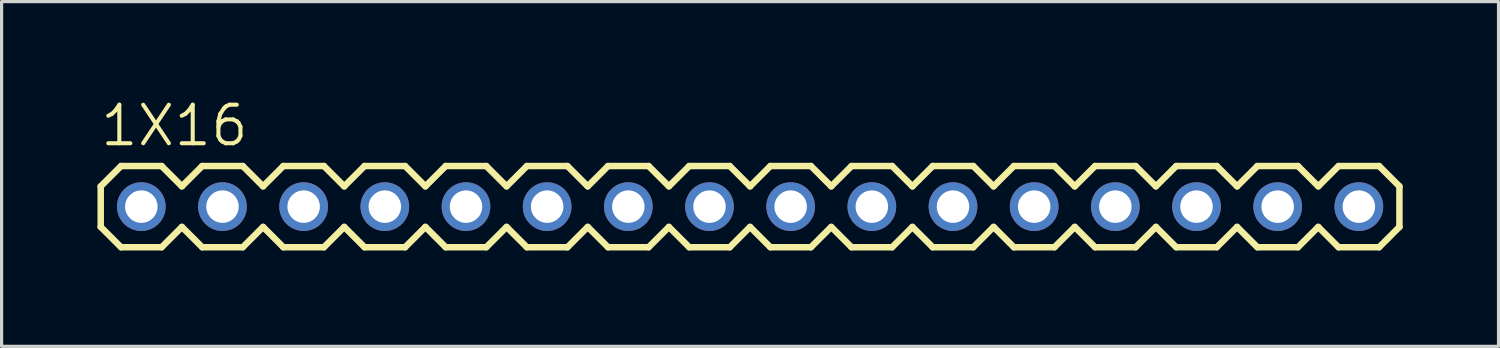
<source format=kicad_pcb>
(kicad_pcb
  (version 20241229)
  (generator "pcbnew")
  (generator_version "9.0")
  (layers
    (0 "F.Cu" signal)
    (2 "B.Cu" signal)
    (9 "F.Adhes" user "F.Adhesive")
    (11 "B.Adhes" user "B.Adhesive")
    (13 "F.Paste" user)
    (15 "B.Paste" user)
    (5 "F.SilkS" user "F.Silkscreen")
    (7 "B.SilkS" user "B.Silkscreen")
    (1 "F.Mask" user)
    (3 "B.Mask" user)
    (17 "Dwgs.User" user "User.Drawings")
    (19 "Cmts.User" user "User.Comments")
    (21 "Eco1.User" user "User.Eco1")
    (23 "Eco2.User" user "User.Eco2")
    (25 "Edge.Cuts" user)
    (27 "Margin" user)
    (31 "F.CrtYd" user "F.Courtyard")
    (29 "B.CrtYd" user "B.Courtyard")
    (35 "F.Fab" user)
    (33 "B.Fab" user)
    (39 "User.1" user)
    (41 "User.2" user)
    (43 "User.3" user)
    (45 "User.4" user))
  (footprint "1X16"
    (layer "F.Cu")
    (at 1.372 3.416)
    (property "Reference" "1X16" (at -1.346 -1.829 0) (layer "F.SilkS") (effects (font (size 1.206 1.206) (thickness 0.127)) (justify left bottom)))
    (attr through_hole)
    (fp_line (start -1.27 -0.635) (end -1.27 0.635) (stroke (width 0.203) (type solid)) (layer "F.SilkS"))
    (fp_line (start -1.27 0.635) (end -0.635 1.27) (stroke (width 0.203) (type solid)) (layer "F.SilkS"))
    (fp_line (start -0.635 -1.27) (end -1.27 -0.635) (stroke (width 0.203) (type solid)) (layer "F.SilkS"))
    (fp_line (start -0.635 -1.27) (end 0.635 -1.27) (stroke (width 0.203) (type solid)) (layer "F.SilkS"))
    (fp_line (start 0.635 -1.27) (end 1.27 -0.635) (stroke (width 0.203) (type solid)) (layer "F.SilkS"))
    (fp_line (start 0.635 1.27) (end -0.635 1.27) (stroke (width 0.203) (type solid)) (layer "F.SilkS"))
    (fp_line (start 1.27 -0.635) (end 1.905 -1.27) (stroke (width 0.203) (type solid)) (layer "F.SilkS"))
    (fp_line (start 1.27 0.635) (end 0.635 1.27) (stroke (width 0.203) (type solid)) (layer "F.SilkS"))
    (fp_line (start 1.905 -1.27) (end 3.175 -1.27) (stroke (width 0.203) (type solid)) (layer "F.SilkS"))
    (fp_line (start 1.905 1.27) (end 1.27 0.635) (stroke (width 0.203) (type solid)) (layer "F.SilkS"))
    (fp_line (start 3.175 -1.27) (end 3.81 -0.635) (stroke (width 0.203) (type solid)) (layer "F.SilkS"))
    (fp_line (start 3.175 1.27) (end 1.905 1.27) (stroke (width 0.203) (type solid)) (layer "F.SilkS"))
    (fp_line (start 3.81 -0.635) (end 4.445 -1.27) (stroke (width 0.203) (type solid)) (layer "F.SilkS"))
    (fp_line (start 3.81 0.635) (end 3.175 1.27) (stroke (width 0.203) (type solid)) (layer "F.SilkS"))
    (fp_line (start 4.445 -1.27) (end 5.715 -1.27) (stroke (width 0.203) (type solid)) (layer "F.SilkS"))
    (fp_line (start 4.445 1.27) (end 3.81 0.635) (stroke (width 0.203) (type solid)) (layer "F.SilkS"))
    (fp_line (start 5.715 -1.27) (end 6.35 -0.635) (stroke (width 0.203) (type solid)) (layer "F.SilkS"))
    (fp_line (start 5.715 1.27) (end 4.445 1.27) (stroke (width 0.203) (type solid)) (layer "F.SilkS"))
    (fp_line (start 6.35 0.635) (end 5.715 1.27) (stroke (width 0.203) (type solid)) (layer "F.SilkS"))
    (fp_line (start 6.35 0.635) (end 6.985 1.27) (stroke (width 0.203) (type solid)) (layer "F.SilkS"))
    (fp_line (start 6.985 -1.27) (end 6.35 -0.635) (stroke (width 0.203) (type solid)) (layer "F.SilkS"))
    (fp_line (start 6.985 -1.27) (end 8.255 -1.27) (stroke (width 0.203) (type solid)) (layer "F.SilkS"))
    (fp_line (start 8.255 -1.27) (end 8.89 -0.635) (stroke (width 0.203) (type solid)) (layer "F.SilkS"))
    (fp_line (start 8.255 1.27) (end 6.985 1.27) (stroke (width 0.203) (type solid)) (layer "F.SilkS"))
    (fp_line (start 8.89 -0.635) (end 9.525 -1.27) (stroke (width 0.203) (type solid)) (layer "F.SilkS"))
    (fp_line (start 8.89 0.635) (end 8.255 1.27) (stroke (width 0.203) (type solid)) (layer "F.SilkS"))
    (fp_line (start 9.525 -1.27) (end 10.795 -1.27) (stroke (width 0.203) (type solid)) (layer "F.SilkS"))
    (fp_line (start 9.525 1.27) (end 8.89 0.635) (stroke (width 0.203) (type solid)) (layer "F.SilkS"))
    (fp_line (start 10.795 -1.27) (end 11.43 -0.635) (stroke (width 0.203) (type solid)) (layer "F.SilkS"))
    (fp_line (start 10.795 1.27) (end 9.525 1.27) (stroke (width 0.203) (type solid)) (layer "F.SilkS"))
    (fp_line (start 11.43 -0.635) (end 12.065 -1.27) (stroke (width 0.203) (type solid)) (layer "F.SilkS"))
    (fp_line (start 11.43 0.635) (end 10.795 1.27) (stroke (width 0.203) (type solid)) (layer "F.SilkS"))
    (fp_line (start 12.065 -1.27) (end 13.335 -1.27) (stroke (width 0.203) (type solid)) (layer "F.SilkS"))
    (fp_line (start 12.065 1.27) (end 11.43 0.635) (stroke (width 0.203) (type solid)) (layer "F.SilkS"))
    (fp_line (start 13.335 -1.27) (end 13.97 -0.635) (stroke (width 0.203) (type solid)) (layer "F.SilkS"))
    (fp_line (start 13.335 1.27) (end 12.065 1.27) (stroke (width 0.203) (type solid)) (layer "F.SilkS"))
    (fp_line (start 13.97 0.635) (end 13.335 1.27) (stroke (width 0.203) (type solid)) (layer "F.SilkS"))
    (fp_line (start 13.97 0.635) (end 14.605 1.27) (stroke (width 0.203) (type solid)) (layer "F.SilkS"))
    (fp_line (start 14.605 -1.27) (end 13.97 -0.635) (stroke (width 0.203) (type solid)) (layer "F.SilkS"))
    (fp_line (start 14.605 -1.27) (end 15.875 -1.27) (stroke (width 0.203) (type solid)) (layer "F.SilkS"))
    (fp_line (start 15.875 -1.27) (end 16.51 -0.635) (stroke (width 0.203) (type solid)) (layer "F.SilkS"))
    (fp_line (start 15.875 1.27) (end 14.605 1.27) (stroke (width 0.203) (type solid)) (layer "F.SilkS"))
    (fp_line (start 16.51 0.635) (end 15.875 1.27) (stroke (width 0.203) (type solid)) (layer "F.SilkS"))
    (fp_line (start 16.51 0.635) (end 17.145 1.27) (stroke (width 0.203) (type solid)) (layer "F.SilkS"))
    (fp_line (start 17.145 -1.27) (end 16.51 -0.635) (stroke (width 0.203) (type solid)) (layer "F.SilkS"))
    (fp_line (start 17.145 -1.27) (end 18.415 -1.27) (stroke (width 0.203) (type solid)) (layer "F.SilkS"))
    (fp_line (start 18.415 -1.27) (end 19.05 -0.635) (stroke (width 0.203) (type solid)) (layer "F.SilkS"))
    (fp_line (start 18.415 1.27) (end 17.145 1.27) (stroke (width 0.203) (type solid)) (layer "F.SilkS"))
    (fp_line (start 19.05 -0.635) (end 19.685 -1.27) (stroke (width 0.203) (type solid)) (layer "F.SilkS"))
    (fp_line (start 19.05 0.635) (end 18.415 1.27) (stroke (width 0.203) (type solid)) (layer "F.SilkS"))
    (fp_line (start 19.685 -1.27) (end 20.955 -1.27) (stroke (width 0.203) (type solid)) (layer "F.SilkS"))
    (fp_line (start 19.685 1.27) (end 19.05 0.635) (stroke (width 0.203) (type solid)) (layer "F.SilkS"))
    (fp_line (start 20.955 -1.27) (end 21.59 -0.635) (stroke (width 0.203) (type solid)) (layer "F.SilkS"))
    (fp_line (start 20.955 1.27) (end 19.685 1.27) (stroke (width 0.203) (type solid)) (layer "F.SilkS"))
    (fp_line (start 21.59 -0.635) (end 22.225 -1.27) (stroke (width 0.203) (type solid)) (layer "F.SilkS"))
    (fp_line (start 21.59 0.635) (end 20.955 1.27) (stroke (width 0.203) (type solid)) (layer "F.SilkS"))
    (fp_line (start 22.225 -1.27) (end 23.495 -1.27) (stroke (width 0.203) (type solid)) (layer "F.SilkS"))
    (fp_line (start 22.225 1.27) (end 21.59 0.635) (stroke (width 0.203) (type solid)) (layer "F.SilkS"))
    (fp_line (start 23.495 -1.27) (end 24.13 -0.635) (stroke (width 0.203) (type solid)) (layer "F.SilkS"))
    (fp_line (start 23.495 1.27) (end 22.225 1.27) (stroke (width 0.203) (type solid)) (layer "F.SilkS"))
    (fp_line (start 24.13 0.635) (end 23.495 1.27) (stroke (width 0.203) (type solid)) (layer "F.SilkS"))
    (fp_line (start 24.13 0.635) (end 24.765 1.27) (stroke (width 0.203) (type solid)) (layer "F.SilkS"))
    (fp_line (start 24.765 -1.27) (end 24.13 -0.635) (stroke (width 0.203) (type solid)) (layer "F.SilkS"))
    (fp_line (start 24.765 -1.27) (end 26.035 -1.27) (stroke (width 0.203) (type solid)) (layer "F.SilkS"))
    (fp_line (start 26.035 -1.27) (end 26.67 -0.635) (stroke (width 0.203) (type solid)) (layer "F.SilkS"))
    (fp_line (start 26.035 1.27) (end 24.765 1.27) (stroke (width 0.203) (type solid)) (layer "F.SilkS"))
    (fp_line (start 26.67 -0.635) (end 27.305 -1.27) (stroke (width 0.203) (type solid)) (layer "F.SilkS"))
    (fp_line (start 26.67 0.635) (end 26.035 1.27) (stroke (width 0.203) (type solid)) (layer "F.SilkS"))
    (fp_line (start 27.305 -1.27) (end 28.575 -1.27) (stroke (width 0.203) (type solid)) (layer "F.SilkS"))
    (fp_line (start 27.305 1.27) (end 26.67 0.635) (stroke (width 0.203) (type solid)) (layer "F.SilkS"))
    (fp_line (start 28.575 -1.27) (end 29.21 -0.635) (stroke (width 0.203) (type solid)) (layer "F.SilkS"))
    (fp_line (start 28.575 1.27) (end 27.305 1.27) (stroke (width 0.203) (type solid)) (layer "F.SilkS"))
    (fp_line (start 29.21 -0.635) (end 29.845 -1.27) (stroke (width 0.203) (type solid)) (layer "F.SilkS"))
    (fp_line (start 29.21 0.635) (end 28.575 1.27) (stroke (width 0.203) (type solid)) (layer "F.SilkS"))
    (fp_line (start 29.845 -1.27) (end 31.115 -1.27) (stroke (width 0.203) (type solid)) (layer "F.SilkS"))
    (fp_line (start 29.845 1.27) (end 29.21 0.635) (stroke (width 0.203) (type solid)) (layer "F.SilkS"))
    (fp_line (start 31.115 -1.27) (end 31.75 -0.635) (stroke (width 0.203) (type solid)) (layer "F.SilkS"))
    (fp_line (start 31.115 1.27) (end 29.845 1.27) (stroke (width 0.203) (type solid)) (layer "F.SilkS"))
    (fp_line (start 31.75 0.635) (end 31.115 1.27) (stroke (width 0.203) (type solid)) (layer "F.SilkS"))
    (fp_line (start 31.75 0.635) (end 32.385 1.27) (stroke (width 0.203) (type solid)) (layer "F.SilkS"))
    (fp_line (start 32.385 -1.27) (end 31.75 -0.635) (stroke (width 0.203) (type solid)) (layer "F.SilkS"))
    (fp_line (start 32.385 -1.27) (end 33.655 -1.27) (stroke (width 0.203) (type solid)) (layer "F.SilkS"))
    (fp_line (start 33.655 -1.27) (end 34.29 -0.635) (stroke (width 0.203) (type solid)) (layer "F.SilkS"))
    (fp_line (start 33.655 1.27) (end 32.385 1.27) (stroke (width 0.203) (type solid)) (layer "F.SilkS"))
    (fp_line (start 34.29 0.635) (end 33.655 1.27) (stroke (width 0.203) (type solid)) (layer "F.SilkS"))
    (fp_line (start 34.29 0.635) (end 34.925 1.27) (stroke (width 0.203) (type solid)) (layer "F.SilkS"))
    (fp_line (start 34.925 -1.27) (end 34.29 -0.635) (stroke (width 0.203) (type solid)) (layer "F.SilkS"))
    (fp_line (start 34.925 -1.27) (end 36.195 -1.27) (stroke (width 0.203) (type solid)) (layer "F.SilkS"))
    (fp_line (start 36.195 -1.27) (end 36.83 -0.635) (stroke (width 0.203) (type solid)) (layer "F.SilkS"))
    (fp_line (start 36.195 1.27) (end 34.925 1.27) (stroke (width 0.203) (type solid)) (layer "F.SilkS"))
    (fp_line (start 36.83 0.635) (end 36.195 1.27) (stroke (width 0.203) (type solid)) (layer "F.SilkS"))
    (fp_line (start 36.83 0.635) (end 37.465 1.27) (stroke (width 0.203) (type solid)) (layer "F.SilkS"))
    (fp_line (start 37.465 -1.27) (end 36.83 -0.635) (stroke (width 0.203) (type solid)) (layer "F.SilkS"))
    (fp_line (start 37.465 -1.27) (end 38.735 -1.27) (stroke (width 0.203) (type solid)) (layer "F.SilkS"))
    (fp_line (start 38.735 -1.27) (end 39.37 -0.635) (stroke (width 0.203) (type solid)) (layer "F.SilkS"))
    (fp_line (start 38.735 1.27) (end 37.465 1.27) (stroke (width 0.203) (type solid)) (layer "F.SilkS"))
    (fp_line (start 39.37 -0.635) (end 39.37 0.635) (stroke (width 0.203) (type solid)) (layer "F.SilkS"))
    (fp_line (start 39.37 0.635) (end 38.735 1.27) (stroke (width 0.203) (type solid)) (layer "F.SilkS"))
    (fp_poly (pts (xy -0.254 0.254) (xy 0.254 0.254) (xy 0.254 -0.254) (xy -0.254 -0.254)) (stroke (width 0.1) (type solid)) (fill no) (layer "F.Fab"))
    (fp_poly (pts (xy 2.286 0.254) (xy 2.794 0.254) (xy 2.794 -0.254) (xy 2.286 -0.254)) (stroke (width 0.1) (type solid)) (fill no) (layer "F.Fab"))
    (fp_poly (pts (xy 4.826 0.254) (xy 5.334 0.254) (xy 5.334 -0.254) (xy 4.826 -0.254)) (stroke (width 0.1) (type solid)) (fill no) (layer "F.Fab"))
    (fp_poly (pts (xy 7.366 0.254) (xy 7.874 0.254) (xy 7.874 -0.254) (xy 7.366 -0.254)) (stroke (width 0.1) (type solid)) (fill no) (layer "F.Fab"))
    (fp_poly (pts (xy 9.906 0.254) (xy 10.414 0.254) (xy 10.414 -0.254) (xy 9.906 -0.254)) (stroke (width 0.1) (type solid)) (fill no) (layer "F.Fab"))
    (fp_poly (pts (xy 12.446 0.254) (xy 12.954 0.254) (xy 12.954 -0.254) (xy 12.446 -0.254)) (stroke (width 0.1) (type solid)) (fill no) (layer "F.Fab"))
    (fp_poly (pts (xy 14.986 0.254) (xy 15.494 0.254) (xy 15.494 -0.254) (xy 14.986 -0.254)) (stroke (width 0.1) (type solid)) (fill no) (layer "F.Fab"))
    (fp_poly (pts (xy 17.526 0.254) (xy 18.034 0.254) (xy 18.034 -0.254) (xy 17.526 -0.254)) (stroke (width 0.1) (type solid)) (fill no) (layer "F.Fab"))
    (fp_poly (pts (xy 20.066 0.254) (xy 20.574 0.254) (xy 20.574 -0.254) (xy 20.066 -0.254)) (stroke (width 0.1) (type solid)) (fill no) (layer "F.Fab"))
    (fp_poly (pts (xy 22.606 0.254) (xy 23.114 0.254) (xy 23.114 -0.254) (xy 22.606 -0.254)) (stroke (width 0.1) (type solid)) (fill no) (layer "F.Fab"))
    (fp_poly (pts (xy 25.146 0.254) (xy 25.654 0.254) (xy 25.654 -0.254) (xy 25.146 -0.254)) (stroke (width 0.1) (type solid)) (fill no) (layer "F.Fab"))
    (fp_poly (pts (xy 27.686 0.254) (xy 28.194 0.254) (xy 28.194 -0.254) (xy 27.686 -0.254)) (stroke (width 0.1) (type solid)) (fill no) (layer "F.Fab"))
    (fp_poly (pts (xy 30.226 0.254) (xy 30.734 0.254) (xy 30.734 -0.254) (xy 30.226 -0.254)) (stroke (width 0.1) (type solid)) (fill no) (layer "F.Fab"))
    (fp_poly (pts (xy 32.766 0.254) (xy 33.274 0.254) (xy 33.274 -0.254) (xy 32.766 -0.254)) (stroke (width 0.1) (type solid)) (fill no) (layer "F.Fab"))
    (fp_poly (pts (xy 35.306 0.254) (xy 35.814 0.254) (xy 35.814 -0.254) (xy 35.306 -0.254)) (stroke (width 0.1) (type solid)) (fill no) (layer "F.Fab"))
    (fp_poly (pts (xy 37.846 0.254) (xy 38.354 0.254) (xy 38.354 -0.254) (xy 37.846 -0.254)) (stroke (width 0.1) (type solid)) (fill no) (layer "F.Fab"))
    (pad "1" thru_hole circle (at 0 0 90) (size 1.524 1.524) (drill 1.016) (layers "*.Cu" "*.Mask"))
    (pad "2" thru_hole circle (at 2.54 0 90) (size 1.524 1.524) (drill 1.016) (layers "*.Cu" "*.Mask"))
    (pad "3" thru_hole circle (at 5.08 0 90) (size 1.524 1.524) (drill 1.016) (layers "*.Cu" "*.Mask"))
    (pad "4" thru_hole circle (at 7.62 0 90) (size 1.524 1.524) (drill 1.016) (layers "*.Cu" "*.Mask"))
    (pad "5" thru_hole circle (at 10.16 0 90) (size 1.524 1.524) (drill 1.016) (layers "*.Cu" "*.Mask"))
    (pad "6" thru_hole circle (at 12.7 0 90) (size 1.524 1.524) (drill 1.016) (layers "*.Cu" "*.Mask"))
    (pad "7" thru_hole circle (at 15.24 0 90) (size 1.524 1.524) (drill 1.016) (layers "*.Cu" "*.Mask"))
    (pad "8" thru_hole circle (at 17.78 0 90) (size 1.524 1.524) (drill 1.016) (layers "*.Cu" "*.Mask"))
    (pad "9" thru_hole circle (at 20.32 0 90) (size 1.524 1.524) (drill 1.016) (layers "*.Cu" "*.Mask"))
    (pad "10" thru_hole circle (at 22.86 0 90) (size 1.524 1.524) (drill 1.016) (layers "*.Cu" "*.Mask"))
    (pad "11" thru_hole circle (at 25.4 0 90) (size 1.524 1.524) (drill 1.016) (layers "*.Cu" "*.Mask"))
    (pad "12" thru_hole circle (at 27.94 0 90) (size 1.524 1.524) (drill 1.016) (layers "*.Cu" "*.Mask"))
    (pad "13" thru_hole circle (at 30.48 0 90) (size 1.524 1.524) (drill 1.016) (layers "*.Cu" "*.Mask"))
    (pad "14" thru_hole circle (at 33.02 0 90) (size 1.524 1.524) (drill 1.016) (layers "*.Cu" "*.Mask"))
    (pad "15" thru_hole circle (at 35.56 0 90) (size 1.524 1.524) (drill 1.016) (layers "*.Cu" "*.Mask"))
    (pad "16" thru_hole circle (at 38.1 0 90) (size 1.524 1.524) (drill 1.016) (layers "*.Cu" "*.Mask")))
  (gr_rect
    (start -3 -3)
    (end 43.843 7.788)
    (stroke (width 0.1) (type default))
    (fill no)
    (layer "Edge.Cuts")))
</source>
